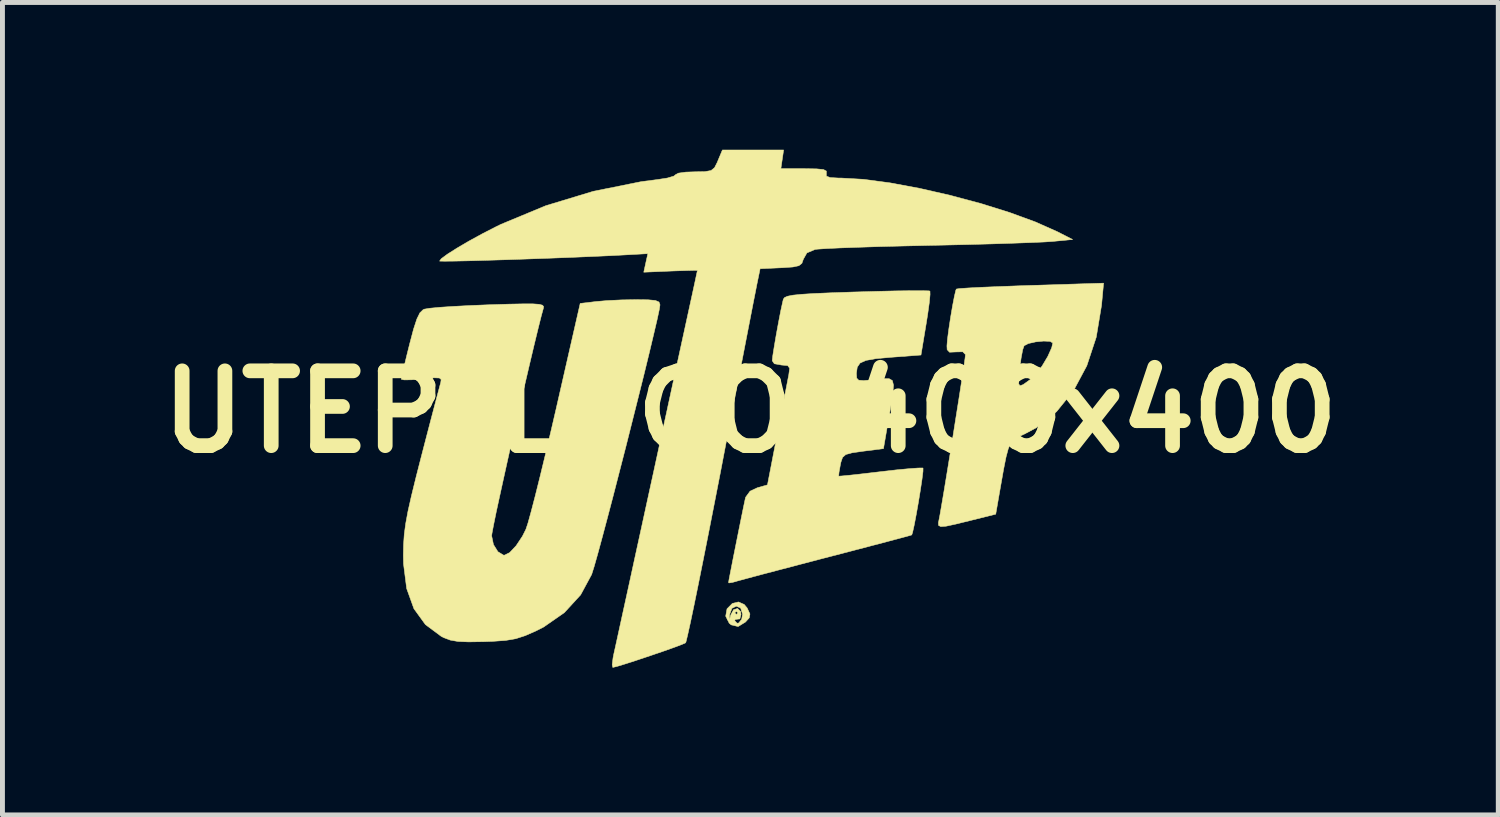
<source format=kicad_pcb>
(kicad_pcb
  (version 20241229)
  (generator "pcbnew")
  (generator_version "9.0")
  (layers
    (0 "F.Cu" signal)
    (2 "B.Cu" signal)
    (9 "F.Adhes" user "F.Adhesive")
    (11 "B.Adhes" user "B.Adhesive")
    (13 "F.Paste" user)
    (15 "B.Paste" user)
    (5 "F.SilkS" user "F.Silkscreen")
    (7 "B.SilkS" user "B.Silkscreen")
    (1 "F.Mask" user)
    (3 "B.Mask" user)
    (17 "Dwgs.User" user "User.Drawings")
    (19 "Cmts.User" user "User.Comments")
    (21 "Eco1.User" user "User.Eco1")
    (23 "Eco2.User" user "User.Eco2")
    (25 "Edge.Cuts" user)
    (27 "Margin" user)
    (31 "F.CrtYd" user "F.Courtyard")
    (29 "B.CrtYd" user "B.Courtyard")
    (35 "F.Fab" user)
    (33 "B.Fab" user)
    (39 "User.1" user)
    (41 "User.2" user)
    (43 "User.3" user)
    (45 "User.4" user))
  (footprint "UTEP LOGO 400x400"
    (layer "F.Cu")
    (at 12.236 5.339)
    (property "Reference" "UTEP LOGO 400x400" (at 0 0 0) (layer "F.SilkS") (effects (font (size 1.524 1.524) (thickness 0.3))))
    (attr through_hole)
    (fp_poly (pts (xy -0.126 3.924) (xy -0.066 3.996) (xy -0.009 4.119) (xy -0.024 4.198) (xy -0.1 4.282) (xy -0.25 4.374) (xy -0.391 4.34) (xy -0.432 4.305) (xy -0.47 4.229) (xy -0.428 4.229) (xy -0.417 4.207) (xy -0.403 4.143) (xy -0.378 4.096) (xy -0.318 4.096) (xy -0.286 4.128) (xy -0.254 4.096) (xy -0.286 4.064) (xy -0.318 4.096) (xy -0.378 4.096) (xy -0.343 4.031) (xy -0.261 4.006) (xy -0.199 4.069) (xy -0.191 4.131) (xy -0.215 4.219) (xy -0.254 4.223) (xy -0.312 4.231) (xy -0.318 4.256) (xy -0.272 4.306) (xy -0.238 4.302) (xy -0.177 4.226) (xy -0.159 4.122) (xy -0.198 3.998) (xy -0.286 3.959) (xy -0.376 4.003) (xy -0.423 4.128) (xy -0.428 4.229) (xy -0.47 4.229) (xy -0.503 4.162) (xy -0.476 4.013) (xy -0.368 3.904) (xy -0.244 3.873) (xy -0.126 3.924)) (stroke (width 0.01) (type solid)) (fill yes) (layer "F.SilkS"))
    (fp_poly (pts (xy 7.153 -2.169) (xy 7.046 -1.522) (xy 6.853 -0.938) (xy 6.581 -0.429) (xy 6.238 -0.005) (xy 5.83 0.321) (xy 5.58 0.454) (xy 5.46 0.509) (xy 5.372 0.563) (xy 5.306 0.636) (xy 5.254 0.749) (xy 5.208 0.92) (xy 5.158 1.171) (xy 5.096 1.522) (xy 5.077 1.63) (xy 4.998 2.085) (xy 4.47 2.217) (xy 4.176 2.289) (xy 3.986 2.33) (xy 3.878 2.338) (xy 3.833 2.314) (xy 3.83 2.257) (xy 3.841 2.207) (xy 3.862 2.097) (xy 3.898 1.888) (xy 3.947 1.599) (xy 4.004 1.252) (xy 4.067 0.866) (xy 4.132 0.463) (xy 4.195 0.064) (xy 4.255 -0.313) (xy 4.294 -0.567) (xy 5.466 -0.567) (xy 5.492 -0.532) (xy 5.549 -0.551) (xy 5.563 -0.559) (xy 5.694 -0.653) (xy 5.819 -0.772) (xy 5.943 -0.935) (xy 6.058 -1.128) (xy 6.138 -1.306) (xy 6.16 -1.402) (xy 6.106 -1.435) (xy 5.974 -1.441) (xy 5.811 -1.425) (xy 5.662 -1.391) (xy 5.576 -1.346) (xy 5.547 -1.264) (xy 5.515 -1.094) (xy 5.488 -0.898) (xy 5.466 -0.681) (xy 5.466 -0.567) (xy 4.294 -0.567) (xy 4.306 -0.644) (xy 4.347 -0.911) (xy 4.373 -1.093) (xy 4.381 -1.167) (xy 4.326 -1.223) (xy 4.191 -1.22) (xy 4.057 -1.214) (xy 4.008 -1.266) (xy 4.004 -1.342) (xy 4.015 -1.48) (xy 4.042 -1.685) (xy 4.078 -1.923) (xy 4.118 -2.157) (xy 4.156 -2.354) (xy 4.185 -2.477) (xy 4.196 -2.501) (xy 4.264 -2.511) (xy 4.441 -2.523) (xy 4.71 -2.537) (xy 5.051 -2.551) (xy 5.448 -2.566) (xy 5.709 -2.575) (xy 7.195 -2.621) (xy 7.153 -2.169)) (stroke (width 0.01) (type solid)) (fill yes) (layer "F.SilkS"))
    (fp_poly (pts (xy 3.633 -2.464) (xy 3.658 -2.459) (xy 3.66 -2.389) (xy 3.644 -2.22) (xy 3.611 -1.983) (xy 3.581 -1.794) (xy 3.475 -1.157) (xy 2.865 -1.111) (xy 2.556 -1.083) (xy 2.353 -1.047) (xy 2.234 -0.993) (xy 2.177 -0.91) (xy 2.16 -0.788) (xy 2.16 -0.769) (xy 2.166 -0.686) (xy 2.206 -0.644) (xy 2.308 -0.636) (xy 2.503 -0.653) (xy 2.54 -0.657) (xy 2.711 -0.675) (xy 2.826 -0.675) (xy 2.892 -0.637) (xy 2.915 -0.544) (xy 2.903 -0.376) (xy 2.861 -0.114) (xy 2.817 0.137) (xy 2.711 0.75) (xy 2.294 0.803) (xy 2.071 0.835) (xy 1.943 0.87) (xy 1.878 0.928) (xy 1.844 1.026) (xy 1.833 1.079) (xy 1.806 1.228) (xy 1.798 1.307) (xy 1.799 1.311) (xy 1.862 1.307) (xy 2.028 1.291) (xy 2.273 1.264) (xy 2.573 1.229) (xy 2.649 1.22) (xy 2.961 1.184) (xy 3.225 1.159) (xy 3.416 1.145) (xy 3.511 1.144) (xy 3.517 1.147) (xy 3.516 1.214) (xy 3.496 1.374) (xy 3.463 1.595) (xy 3.422 1.846) (xy 3.378 2.094) (xy 3.337 2.309) (xy 3.304 2.457) (xy 3.287 2.508) (xy 3.223 2.527) (xy 3.053 2.573) (xy 2.79 2.643) (xy 2.451 2.732) (xy 2.051 2.837) (xy 1.606 2.953) (xy 1.493 2.982) (xy 1.035 3.102) (xy 0.616 3.212) (xy 0.25 3.308) (xy -0.044 3.387) (xy -0.252 3.443) (xy -0.357 3.473) (xy -0.364 3.475) (xy -0.437 3.486) (xy -0.445 3.476) (xy -0.433 3.406) (xy -0.401 3.24) (xy -0.355 3.005) (xy -0.3 2.73) (xy -0.242 2.441) (xy -0.187 2.168) (xy -0.14 1.938) (xy -0.106 1.778) (xy -0.097 1.74) (xy -0.007 1.617) (xy 0.141 1.547) (xy 0.348 1.488) (xy 0.544 0.474) (xy 0.613 0.114) (xy 0.677 -0.216) (xy 0.731 -0.491) (xy 0.768 -0.683) (xy 0.781 -0.746) (xy 0.8 -0.887) (xy 0.76 -0.942) (xy 0.634 -0.953) (xy 0.633 -0.953) (xy 0.488 -0.979) (xy 0.445 -1.041) (xy 0.456 -1.142) (xy 0.486 -1.331) (xy 0.527 -1.572) (xy 0.574 -1.827) (xy 0.619 -2.06) (xy 0.657 -2.234) (xy 0.671 -2.293) (xy 0.695 -2.327) (xy 0.755 -2.354) (xy 0.865 -2.376) (xy 1.042 -2.394) (xy 1.298 -2.41) (xy 1.651 -2.425) (xy 2.113 -2.441) (xy 2.165 -2.442) (xy 2.583 -2.454) (xy 2.957 -2.463) (xy 3.268 -2.467) (xy 3.5 -2.467) (xy 3.633 -2.464)) (stroke (width 0.01) (type solid)) (fill yes) (layer "F.SilkS"))
    (fp_poly (pts (xy -2.083 -2.282) (xy -1.934 -2.268) (xy -1.862 -2.237) (xy -1.842 -2.184) (xy -1.842 -2.175) (xy -1.857 -2.078) (xy -1.901 -1.874) (xy -1.97 -1.58) (xy -2.058 -1.21) (xy -2.163 -0.78) (xy -2.281 -0.307) (xy -2.407 0.194) (xy -2.536 0.707) (xy -2.667 1.215) (xy -2.793 1.705) (xy -2.912 2.158) (xy -3.019 2.56) (xy -3.11 2.895) (xy -3.181 3.146) (xy -3.229 3.299) (xy -3.235 3.316) (xy -3.458 3.729) (xy -3.789 4.09) (xy -4.213 4.385) (xy -4.367 4.463) (xy -4.588 4.56) (xy -4.78 4.622) (xy -4.987 4.657) (xy -5.255 4.676) (xy -5.429 4.682) (xy -5.74 4.687) (xy -5.957 4.678) (xy -6.115 4.65) (xy -6.247 4.6) (xy -6.299 4.573) (xy -6.62 4.334) (xy -6.854 4.011) (xy -7.002 3.6) (xy -7.066 3.097) (xy -7.07 2.921) (xy -7.065 2.704) (xy -7.051 2.497) (xy -7.022 2.279) (xy -6.975 2.025) (xy -6.905 1.714) (xy -6.809 1.323) (xy -6.706 0.921) (xy -6.6 0.512) (xy -6.503 0.14) (xy -6.42 -0.176) (xy -6.356 -0.417) (xy -6.317 -0.564) (xy -6.308 -0.596) (xy -6.299 -0.658) (xy -6.335 -0.689) (xy -6.442 -0.693) (xy -6.646 -0.675) (xy -6.692 -0.67) (xy -6.904 -0.652) (xy -7.055 -0.65) (xy -7.112 -0.664) (xy -7.097 -0.737) (xy -7.058 -0.907) (xy -7 -1.147) (xy -6.944 -1.372) (xy -6.862 -1.683) (xy -6.794 -1.891) (xy -6.733 -2.016) (xy -6.668 -2.079) (xy -6.643 -2.091) (xy -6.538 -2.109) (xy -6.329 -2.129) (xy -6.04 -2.148) (xy -5.693 -2.166) (xy -5.346 -2.18) (xy -4.936 -2.193) (xy -4.636 -2.199) (xy -4.43 -2.199) (xy -4.302 -2.19) (xy -4.235 -2.172) (xy -4.212 -2.144) (xy -4.217 -2.109) (xy -4.259 -1.956) (xy -4.322 -1.705) (xy -4.402 -1.376) (xy -4.495 -0.984) (xy -4.597 -0.548) (xy -4.703 -0.084) (xy -4.812 0.39) (xy -4.917 0.856) (xy -5.015 1.298) (xy -5.103 1.698) (xy -5.177 2.038) (xy -5.231 2.302) (xy -5.263 2.471) (xy -5.271 2.525) (xy -5.234 2.704) (xy -5.143 2.85) (xy -5.028 2.92) (xy -5.012 2.921) (xy -4.904 2.868) (xy -4.773 2.729) (xy -4.644 2.535) (xy -4.572 2.391) (xy -4.531 2.267) (xy -4.467 2.036) (xy -4.383 1.714) (xy -4.284 1.317) (xy -4.174 0.862) (xy -4.056 0.365) (xy -3.962 -0.04) (xy -3.467 -2.208) (xy -3.146 -2.246) (xy -2.917 -2.266) (xy -2.624 -2.28) (xy -2.334 -2.285) (xy -2.083 -2.282)) (stroke (width 0.01) (type solid)) (fill yes) (layer "F.SilkS"))
    (fp_poly (pts (xy 0.649 -5.144) (xy 0.621 -4.953) (xy 1.102 -4.953) (xy 1.348 -4.949) (xy 1.49 -4.935) (xy 1.548 -4.904) (xy 1.547 -4.858) (xy 1.548 -4.802) (xy 1.624 -4.772) (xy 1.796 -4.762) (xy 1.851 -4.762) (xy 2.305 -4.736) (xy 2.846 -4.664) (xy 3.443 -4.553) (xy 4.067 -4.411) (xy 4.689 -4.245) (xy 5.278 -4.061) (xy 5.806 -3.868) (xy 6.244 -3.673) (xy 6.251 -3.67) (xy 6.564 -3.51) (xy 6.156 -3.471) (xy 5.992 -3.46) (xy 5.721 -3.448) (xy 5.36 -3.435) (xy 4.929 -3.421) (xy 4.445 -3.408) (xy 3.929 -3.396) (xy 3.631 -3.39) (xy 3.116 -3.378) (xy 2.634 -3.366) (xy 2.202 -3.352) (xy 1.837 -3.339) (xy 1.555 -3.326) (xy 1.372 -3.314) (xy 1.316 -3.307) (xy 1.151 -3.237) (xy 1.079 -3.109) (xy 1.049 -3.025) (xy 0.987 -2.976) (xy 0.863 -2.95) (xy 0.646 -2.935) (xy 0.62 -2.934) (xy 0.198 -2.915) (xy 0.13 -2.585) (xy 0.106 -2.461) (xy 0.059 -2.225) (xy -0.006 -1.89) (xy -0.088 -1.468) (xy -0.184 -0.972) (xy -0.292 -0.414) (xy -0.41 0.191) (xy -0.534 0.833) (xy -0.605 1.205) (xy -0.731 1.85) (xy -0.85 2.458) (xy -0.961 3.017) (xy -1.061 3.515) (xy -1.148 3.941) (xy -1.22 4.284) (xy -1.275 4.533) (xy -1.309 4.675) (xy -1.319 4.705) (xy -1.392 4.738) (xy -1.556 4.8) (xy -1.782 4.88) (xy -2.04 4.968) (xy -2.3 5.055) (xy -2.534 5.131) (xy -2.711 5.185) (xy -2.801 5.207) (xy -2.803 5.207) (xy -2.815 5.152) (xy -2.798 5.014) (xy -2.783 4.937) (xy -2.759 4.829) (xy -2.712 4.615) (xy -2.645 4.308) (xy -2.56 3.92) (xy -2.46 3.464) (xy -2.349 2.953) (xy -2.228 2.4) (xy -2.101 1.817) (xy -1.97 1.218) (xy -1.839 0.614) (xy -1.709 0.02) (xy -1.585 -0.553) (xy -1.468 -1.091) (xy -1.361 -1.582) (xy -1.267 -2.013) (xy -1.189 -2.371) (xy -1.13 -2.643) (xy -1.093 -2.817) (xy -1.079 -2.88) (xy -1.079 -2.88) (xy -1.138 -2.882) (xy -1.295 -2.878) (xy -1.52 -2.871) (xy -1.626 -2.867) (xy -2.172 -2.844) (xy -2.131 -3.033) (xy -2.089 -3.222) (xy -2.521 -3.198) (xy -2.846 -3.181) (xy -3.229 -3.164) (xy -3.653 -3.146) (xy -4.099 -3.129) (xy -4.549 -3.113) (xy -4.986 -3.098) (xy -5.39 -3.086) (xy -5.744 -3.076) (xy -6.03 -3.07) (xy -6.23 -3.068) (xy -6.325 -3.07) (xy -6.331 -3.071) (xy -6.298 -3.118) (xy -6.174 -3.21) (xy -5.978 -3.334) (xy -5.733 -3.478) (xy -5.459 -3.628) (xy -5.178 -3.772) (xy -5.08 -3.82) (xy -4.167 -4.199) (xy -3.2 -4.492) (xy -2.226 -4.688) (xy -1.889 -4.732) (xy -1.693 -4.762) (xy -1.561 -4.801) (xy -1.524 -4.831) (xy -1.466 -4.862) (xy -1.316 -4.883) (xy -1.14 -4.889) (xy -0.926 -4.893) (xy -0.802 -4.915) (xy -0.731 -4.972) (xy -0.675 -5.082) (xy -0.663 -5.112) (xy -0.57 -5.334) (xy 0.677 -5.334) (xy 0.649 -5.144)) (stroke (width 0.01) (type solid)) (fill yes) (layer "F.SilkS")))
  (gr_rect
    (start -3 -3)
    (end 27.471 13.551)
    (stroke (width 0.1) (type default))
    (fill no)
    (layer "Edge.Cuts")))
</source>
